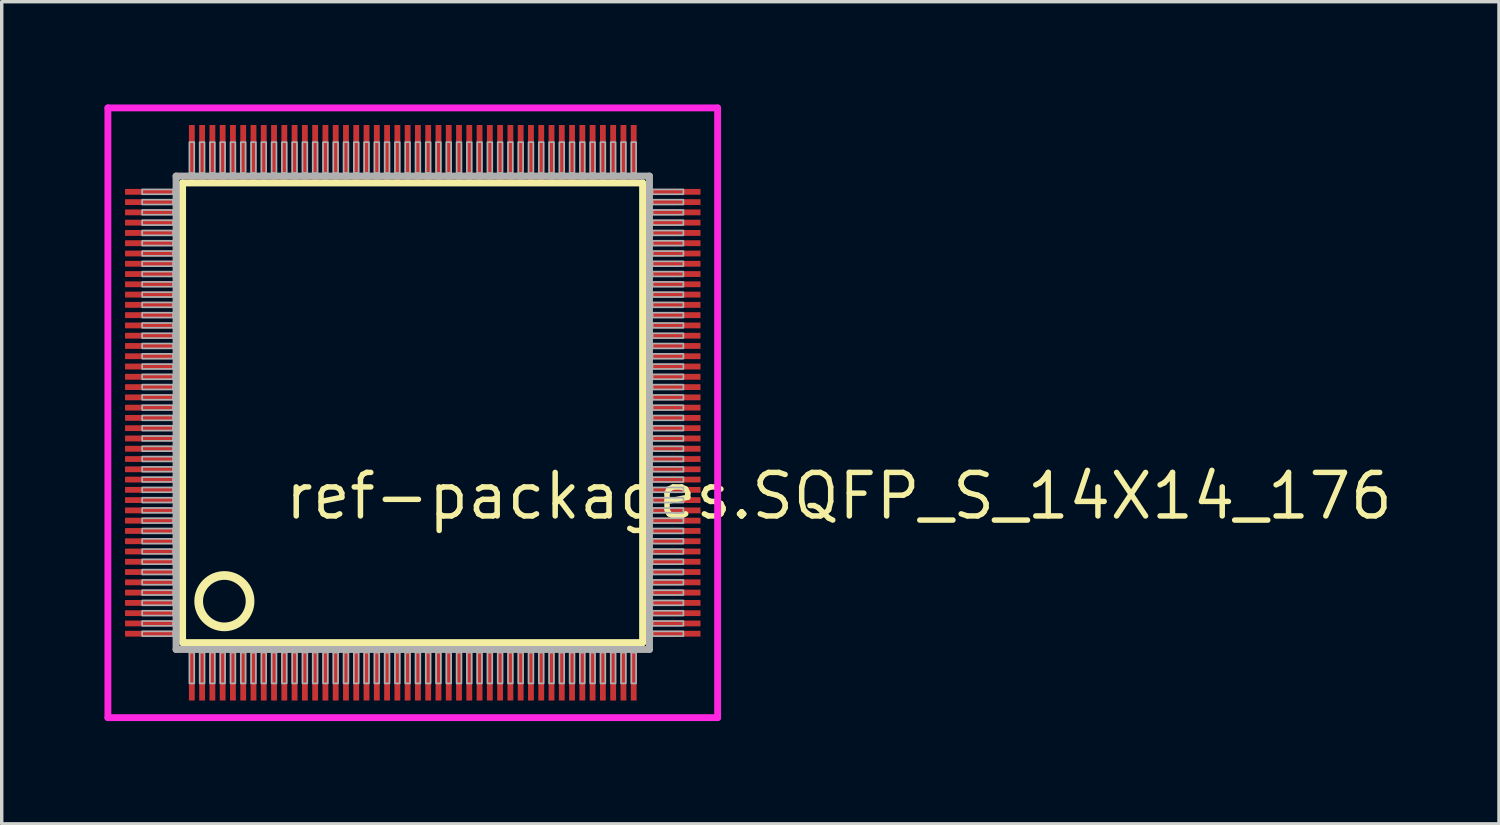
<source format=kicad_pcb>
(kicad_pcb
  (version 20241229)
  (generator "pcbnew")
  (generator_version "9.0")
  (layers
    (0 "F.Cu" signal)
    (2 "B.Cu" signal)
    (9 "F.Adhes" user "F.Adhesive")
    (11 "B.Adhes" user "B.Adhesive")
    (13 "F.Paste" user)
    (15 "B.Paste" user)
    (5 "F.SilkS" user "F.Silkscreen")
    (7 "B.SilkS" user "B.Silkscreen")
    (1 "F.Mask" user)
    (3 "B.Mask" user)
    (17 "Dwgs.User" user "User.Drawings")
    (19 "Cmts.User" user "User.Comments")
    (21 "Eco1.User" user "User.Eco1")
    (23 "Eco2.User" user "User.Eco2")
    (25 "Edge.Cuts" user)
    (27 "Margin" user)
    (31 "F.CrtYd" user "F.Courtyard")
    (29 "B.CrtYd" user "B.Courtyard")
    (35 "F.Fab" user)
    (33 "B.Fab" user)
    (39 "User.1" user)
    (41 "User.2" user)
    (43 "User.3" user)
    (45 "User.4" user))
  (footprint "ref-packages.SQFP_S_14X14_176"
    (layer "F.Cu")
    (at 9 9)
    (property "Reference" "ref-packages.SQFP_S_14X14_176" (at -3.81 3.175 0) (layer "F.SilkS") (effects (font (size 1.27 1.27) (thickness 0.16)) (justify left bottom)))
    (attr smd)
    (fp_line (start -6.72 -6.71) (end 6.71 -6.71) (stroke (width 0.203) (type default)) (layer "F.SilkS"))
    (fp_line (start -6.72 6.71) (end -6.72 -6.71) (stroke (width 0.203) (type default)) (layer "F.SilkS"))
    (fp_line (start 6.71 -6.71) (end 6.71 6.71) (stroke (width 0.203) (type default)) (layer "F.SilkS"))
    (fp_line (start 6.71 6.71) (end -6.72 6.71) (stroke (width 0.203) (type default)) (layer "F.SilkS"))
    (fp_circle (center -5.5 5.5) (end -4.75 5.5) (stroke (width 0.254) (type default)) (fill no) (layer "F.SilkS"))
    (fp_line (start -8.9 -8.9) (end 8.9 -8.9) (stroke (width 0.2) (type default)) (layer "F.CrtYd"))
    (fp_line (start -8.9 8.9) (end -8.9 -8.9) (stroke (width 0.2) (type default)) (layer "F.CrtYd"))
    (fp_line (start 8.9 -8.9) (end 8.9 8.9) (stroke (width 0.2) (type default)) (layer "F.CrtYd"))
    (fp_line (start 8.9 8.9) (end -8.9 8.9) (stroke (width 0.2) (type default)) (layer "F.CrtYd"))
    (fp_line (start -6.91 -6.91) (end -6.91 6.91) (stroke (width 0.203) (type default)) (layer "F.Fab"))
    (fp_line (start -6.91 6.91) (end 6.91 6.91) (stroke (width 0.203) (type default)) (layer "F.Fab"))
    (fp_line (start 6.91 -6.91) (end -6.91 -6.91) (stroke (width 0.203) (type default)) (layer "F.Fab"))
    (fp_line (start 6.91 6.91) (end 6.91 -6.91) (stroke (width 0.203) (type default)) (layer "F.Fab"))
    (fp_rect (start -7.9 -6.38) (end -7 -6.52) (stroke (width 0.05) (type default)) (fill no) (layer "F.Fab"))
    (fp_rect (start -7.9 -6.08) (end -7 -6.22) (stroke (width 0.05) (type default)) (fill no) (layer "F.Fab"))
    (fp_rect (start -7.9 -5.78) (end -7 -5.92) (stroke (width 0.05) (type default)) (fill no) (layer "F.Fab"))
    (fp_rect (start -7.9 -5.48) (end -7 -5.62) (stroke (width 0.05) (type default)) (fill no) (layer "F.Fab"))
    (fp_rect (start -7.9 -5.18) (end -7 -5.32) (stroke (width 0.05) (type default)) (fill no) (layer "F.Fab"))
    (fp_rect (start -7.9 -4.88) (end -7 -5.02) (stroke (width 0.05) (type default)) (fill no) (layer "F.Fab"))
    (fp_rect (start -7.9 -4.58) (end -7 -4.72) (stroke (width 0.05) (type default)) (fill no) (layer "F.Fab"))
    (fp_rect (start -7.9 -4.28) (end -7 -4.42) (stroke (width 0.05) (type default)) (fill no) (layer "F.Fab"))
    (fp_rect (start -7.9 -3.98) (end -7 -4.12) (stroke (width 0.05) (type default)) (fill no) (layer "F.Fab"))
    (fp_rect (start -7.9 -3.68) (end -7 -3.82) (stroke (width 0.05) (type default)) (fill no) (layer "F.Fab"))
    (fp_rect (start -7.9 -3.38) (end -7 -3.52) (stroke (width 0.05) (type default)) (fill no) (layer "F.Fab"))
    (fp_rect (start -7.9 -3.08) (end -7 -3.22) (stroke (width 0.05) (type default)) (fill no) (layer "F.Fab"))
    (fp_rect (start -7.9 -2.78) (end -7 -2.92) (stroke (width 0.05) (type default)) (fill no) (layer "F.Fab"))
    (fp_rect (start -7.9 -2.48) (end -7 -2.62) (stroke (width 0.05) (type default)) (fill no) (layer "F.Fab"))
    (fp_rect (start -7.9 -2.18) (end -7 -2.32) (stroke (width 0.05) (type default)) (fill no) (layer "F.Fab"))
    (fp_rect (start -7.9 -1.88) (end -7 -2.02) (stroke (width 0.05) (type default)) (fill no) (layer "F.Fab"))
    (fp_rect (start -7.9 -1.58) (end -7 -1.72) (stroke (width 0.05) (type default)) (fill no) (layer "F.Fab"))
    (fp_rect (start -7.9 -1.28) (end -7 -1.42) (stroke (width 0.05) (type default)) (fill no) (layer "F.Fab"))
    (fp_rect (start -7.9 -0.98) (end -7 -1.12) (stroke (width 0.05) (type default)) (fill no) (layer "F.Fab"))
    (fp_rect (start -7.9 -0.68) (end -7 -0.82) (stroke (width 0.05) (type default)) (fill no) (layer "F.Fab"))
    (fp_rect (start -7.9 -0.38) (end -7 -0.52) (stroke (width 0.05) (type default)) (fill no) (layer "F.Fab"))
    (fp_rect (start -7.9 -0.08) (end -7 -0.22) (stroke (width 0.05) (type default)) (fill no) (layer "F.Fab"))
    (fp_rect (start -7.9 0.22) (end -7 0.08) (stroke (width 0.05) (type default)) (fill no) (layer "F.Fab"))
    (fp_rect (start -7.9 0.52) (end -7 0.38) (stroke (width 0.05) (type default)) (fill no) (layer "F.Fab"))
    (fp_rect (start -7.9 0.82) (end -7 0.68) (stroke (width 0.05) (type default)) (fill no) (layer "F.Fab"))
    (fp_rect (start -7.9 1.12) (end -7 0.98) (stroke (width 0.05) (type default)) (fill no) (layer "F.Fab"))
    (fp_rect (start -7.9 1.42) (end -7 1.28) (stroke (width 0.05) (type default)) (fill no) (layer "F.Fab"))
    (fp_rect (start -7.9 1.72) (end -7 1.58) (stroke (width 0.05) (type default)) (fill no) (layer "F.Fab"))
    (fp_rect (start -7.9 2.02) (end -7 1.88) (stroke (width 0.05) (type default)) (fill no) (layer "F.Fab"))
    (fp_rect (start -7.9 2.32) (end -7 2.18) (stroke (width 0.05) (type default)) (fill no) (layer "F.Fab"))
    (fp_rect (start -7.9 2.62) (end -7 2.48) (stroke (width 0.05) (type default)) (fill no) (layer "F.Fab"))
    (fp_rect (start -7.9 2.92) (end -7 2.78) (stroke (width 0.05) (type default)) (fill no) (layer "F.Fab"))
    (fp_rect (start -7.9 3.22) (end -7 3.08) (stroke (width 0.05) (type default)) (fill no) (layer "F.Fab"))
    (fp_rect (start -7.9 3.52) (end -7 3.38) (stroke (width 0.05) (type default)) (fill no) (layer "F.Fab"))
    (fp_rect (start -7.9 3.82) (end -7 3.68) (stroke (width 0.05) (type default)) (fill no) (layer "F.Fab"))
    (fp_rect (start -7.9 4.12) (end -7 3.98) (stroke (width 0.05) (type default)) (fill no) (layer "F.Fab"))
    (fp_rect (start -7.9 4.42) (end -7 4.28) (stroke (width 0.05) (type default)) (fill no) (layer "F.Fab"))
    (fp_rect (start -7.9 4.72) (end -7 4.58) (stroke (width 0.05) (type default)) (fill no) (layer "F.Fab"))
    (fp_rect (start -7.9 5.02) (end -7 4.88) (stroke (width 0.05) (type default)) (fill no) (layer "F.Fab"))
    (fp_rect (start -7.9 5.32) (end -7 5.18) (stroke (width 0.05) (type default)) (fill no) (layer "F.Fab"))
    (fp_rect (start -7.9 5.62) (end -7 5.48) (stroke (width 0.05) (type default)) (fill no) (layer "F.Fab"))
    (fp_rect (start -7.9 5.92) (end -7 5.78) (stroke (width 0.05) (type default)) (fill no) (layer "F.Fab"))
    (fp_rect (start -7.9 6.22) (end -7 6.08) (stroke (width 0.05) (type default)) (fill no) (layer "F.Fab"))
    (fp_rect (start -7.9 6.52) (end -7 6.38) (stroke (width 0.05) (type default)) (fill no) (layer "F.Fab"))
    (fp_rect (start -6.52 -7) (end -6.38 -7.9) (stroke (width 0.05) (type default)) (fill no) (layer "F.Fab"))
    (fp_rect (start -6.52 7.9) (end -6.38 7) (stroke (width 0.05) (type default)) (fill no) (layer "F.Fab"))
    (fp_rect (start -6.22 -7) (end -6.08 -7.9) (stroke (width 0.05) (type default)) (fill no) (layer "F.Fab"))
    (fp_rect (start -6.22 7.9) (end -6.08 7) (stroke (width 0.05) (type default)) (fill no) (layer "F.Fab"))
    (fp_rect (start -5.92 -7) (end -5.78 -7.9) (stroke (width 0.05) (type default)) (fill no) (layer "F.Fab"))
    (fp_rect (start -5.92 7.9) (end -5.78 7) (stroke (width 0.05) (type default)) (fill no) (layer "F.Fab"))
    (fp_rect (start -5.62 -7) (end -5.48 -7.9) (stroke (width 0.05) (type default)) (fill no) (layer "F.Fab"))
    (fp_rect (start -5.62 7.9) (end -5.48 7) (stroke (width 0.05) (type default)) (fill no) (layer "F.Fab"))
    (fp_rect (start -5.32 -7) (end -5.18 -7.9) (stroke (width 0.05) (type default)) (fill no) (layer "F.Fab"))
    (fp_rect (start -5.32 7.9) (end -5.18 7) (stroke (width 0.05) (type default)) (fill no) (layer "F.Fab"))
    (fp_rect (start -5.02 -7) (end -4.88 -7.9) (stroke (width 0.05) (type default)) (fill no) (layer "F.Fab"))
    (fp_rect (start -5.02 7.9) (end -4.88 7) (stroke (width 0.05) (type default)) (fill no) (layer "F.Fab"))
    (fp_rect (start -4.72 -7) (end -4.58 -7.9) (stroke (width 0.05) (type default)) (fill no) (layer "F.Fab"))
    (fp_rect (start -4.72 7.9) (end -4.58 7) (stroke (width 0.05) (type default)) (fill no) (layer "F.Fab"))
    (fp_rect (start -4.42 -7) (end -4.28 -7.9) (stroke (width 0.05) (type default)) (fill no) (layer "F.Fab"))
    (fp_rect (start -4.42 7.9) (end -4.28 7) (stroke (width 0.05) (type default)) (fill no) (layer "F.Fab"))
    (fp_rect (start -4.12 -7) (end -3.98 -7.9) (stroke (width 0.05) (type default)) (fill no) (layer "F.Fab"))
    (fp_rect (start -4.12 7.9) (end -3.98 7) (stroke (width 0.05) (type default)) (fill no) (layer "F.Fab"))
    (fp_rect (start -3.82 -7) (end -3.68 -7.9) (stroke (width 0.05) (type default)) (fill no) (layer "F.Fab"))
    (fp_rect (start -3.82 7.9) (end -3.68 7) (stroke (width 0.05) (type default)) (fill no) (layer "F.Fab"))
    (fp_rect (start -3.52 -7) (end -3.38 -7.9) (stroke (width 0.05) (type default)) (fill no) (layer "F.Fab"))
    (fp_rect (start -3.52 7.9) (end -3.38 7) (stroke (width 0.05) (type default)) (fill no) (layer "F.Fab"))
    (fp_rect (start -3.22 -7) (end -3.08 -7.9) (stroke (width 0.05) (type default)) (fill no) (layer "F.Fab"))
    (fp_rect (start -3.22 7.9) (end -3.08 7) (stroke (width 0.05) (type default)) (fill no) (layer "F.Fab"))
    (fp_rect (start -2.92 -7) (end -2.78 -7.9) (stroke (width 0.05) (type default)) (fill no) (layer "F.Fab"))
    (fp_rect (start -2.92 7.9) (end -2.78 7) (stroke (width 0.05) (type default)) (fill no) (layer "F.Fab"))
    (fp_rect (start -2.62 -7) (end -2.48 -7.9) (stroke (width 0.05) (type default)) (fill no) (layer "F.Fab"))
    (fp_rect (start -2.62 7.9) (end -2.48 7) (stroke (width 0.05) (type default)) (fill no) (layer "F.Fab"))
    (fp_rect (start -2.32 -7) (end -2.18 -7.9) (stroke (width 0.05) (type default)) (fill no) (layer "F.Fab"))
    (fp_rect (start -2.32 7.9) (end -2.18 7) (stroke (width 0.05) (type default)) (fill no) (layer "F.Fab"))
    (fp_rect (start -2.02 -7) (end -1.88 -7.9) (stroke (width 0.05) (type default)) (fill no) (layer "F.Fab"))
    (fp_rect (start -2.02 7.9) (end -1.88 7) (stroke (width 0.05) (type default)) (fill no) (layer "F.Fab"))
    (fp_rect (start -1.72 -7) (end -1.58 -7.9) (stroke (width 0.05) (type default)) (fill no) (layer "F.Fab"))
    (fp_rect (start -1.72 7.9) (end -1.58 7) (stroke (width 0.05) (type default)) (fill no) (layer "F.Fab"))
    (fp_rect (start -1.42 -7) (end -1.28 -7.9) (stroke (width 0.05) (type default)) (fill no) (layer "F.Fab"))
    (fp_rect (start -1.42 7.9) (end -1.28 7) (stroke (width 0.05) (type default)) (fill no) (layer "F.Fab"))
    (fp_rect (start -1.12 -7) (end -0.98 -7.9) (stroke (width 0.05) (type default)) (fill no) (layer "F.Fab"))
    (fp_rect (start -1.12 7.9) (end -0.98 7) (stroke (width 0.05) (type default)) (fill no) (layer "F.Fab"))
    (fp_rect (start -0.82 -7) (end -0.68 -7.9) (stroke (width 0.05) (type default)) (fill no) (layer "F.Fab"))
    (fp_rect (start -0.82 7.9) (end -0.68 7) (stroke (width 0.05) (type default)) (fill no) (layer "F.Fab"))
    (fp_rect (start -0.52 -7) (end -0.38 -7.9) (stroke (width 0.05) (type default)) (fill no) (layer "F.Fab"))
    (fp_rect (start -0.52 7.9) (end -0.38 7) (stroke (width 0.05) (type default)) (fill no) (layer "F.Fab"))
    (fp_rect (start -0.22 -7) (end -0.08 -7.9) (stroke (width 0.05) (type default)) (fill no) (layer "F.Fab"))
    (fp_rect (start -0.22 7.9) (end -0.08 7) (stroke (width 0.05) (type default)) (fill no) (layer "F.Fab"))
    (fp_rect (start 0.08 -7) (end 0.22 -7.9) (stroke (width 0.05) (type default)) (fill no) (layer "F.Fab"))
    (fp_rect (start 0.08 7.9) (end 0.22 7) (stroke (width 0.05) (type default)) (fill no) (layer "F.Fab"))
    (fp_rect (start 0.38 -7) (end 0.52 -7.9) (stroke (width 0.05) (type default)) (fill no) (layer "F.Fab"))
    (fp_rect (start 0.38 7.9) (end 0.52 7) (stroke (width 0.05) (type default)) (fill no) (layer "F.Fab"))
    (fp_rect (start 0.68 -7) (end 0.82 -7.9) (stroke (width 0.05) (type default)) (fill no) (layer "F.Fab"))
    (fp_rect (start 0.68 7.9) (end 0.82 7) (stroke (width 0.05) (type default)) (fill no) (layer "F.Fab"))
    (fp_rect (start 0.98 -7) (end 1.12 -7.9) (stroke (width 0.05) (type default)) (fill no) (layer "F.Fab"))
    (fp_rect (start 0.98 7.9) (end 1.12 7) (stroke (width 0.05) (type default)) (fill no) (layer "F.Fab"))
    (fp_rect (start 1.28 -7) (end 1.42 -7.9) (stroke (width 0.05) (type default)) (fill no) (layer "F.Fab"))
    (fp_rect (start 1.28 7.9) (end 1.42 7) (stroke (width 0.05) (type default)) (fill no) (layer "F.Fab"))
    (fp_rect (start 1.58 -7) (end 1.72 -7.9) (stroke (width 0.05) (type default)) (fill no) (layer "F.Fab"))
    (fp_rect (start 1.58 7.9) (end 1.72 7) (stroke (width 0.05) (type default)) (fill no) (layer "F.Fab"))
    (fp_rect (start 1.88 -7) (end 2.02 -7.9) (stroke (width 0.05) (type default)) (fill no) (layer "F.Fab"))
    (fp_rect (start 1.88 7.9) (end 2.02 7) (stroke (width 0.05) (type default)) (fill no) (layer "F.Fab"))
    (fp_rect (start 2.18 -7) (end 2.32 -7.9) (stroke (width 0.05) (type default)) (fill no) (layer "F.Fab"))
    (fp_rect (start 2.18 7.9) (end 2.32 7) (stroke (width 0.05) (type default)) (fill no) (layer "F.Fab"))
    (fp_rect (start 2.48 -7) (end 2.62 -7.9) (stroke (width 0.05) (type default)) (fill no) (layer "F.Fab"))
    (fp_rect (start 2.48 7.9) (end 2.62 7) (stroke (width 0.05) (type default)) (fill no) (layer "F.Fab"))
    (fp_rect (start 2.78 -7) (end 2.92 -7.9) (stroke (width 0.05) (type default)) (fill no) (layer "F.Fab"))
    (fp_rect (start 2.78 7.9) (end 2.92 7) (stroke (width 0.05) (type default)) (fill no) (layer "F.Fab"))
    (fp_rect (start 3.08 -7) (end 3.22 -7.9) (stroke (width 0.05) (type default)) (fill no) (layer "F.Fab"))
    (fp_rect (start 3.08 7.9) (end 3.22 7) (stroke (width 0.05) (type default)) (fill no) (layer "F.Fab"))
    (fp_rect (start 3.38 -7) (end 3.52 -7.9) (stroke (width 0.05) (type default)) (fill no) (layer "F.Fab"))
    (fp_rect (start 3.38 7.9) (end 3.52 7) (stroke (width 0.05) (type default)) (fill no) (layer "F.Fab"))
    (fp_rect (start 3.68 -7) (end 3.82 -7.9) (stroke (width 0.05) (type default)) (fill no) (layer "F.Fab"))
    (fp_rect (start 3.68 7.9) (end 3.82 7) (stroke (width 0.05) (type default)) (fill no) (layer "F.Fab"))
    (fp_rect (start 3.98 -7) (end 4.12 -7.9) (stroke (width 0.05) (type default)) (fill no) (layer "F.Fab"))
    (fp_rect (start 3.98 7.9) (end 4.12 7) (stroke (width 0.05) (type default)) (fill no) (layer "F.Fab"))
    (fp_rect (start 4.28 -7) (end 4.42 -7.9) (stroke (width 0.05) (type default)) (fill no) (layer "F.Fab"))
    (fp_rect (start 4.28 7.9) (end 4.42 7) (stroke (width 0.05) (type default)) (fill no) (layer "F.Fab"))
    (fp_rect (start 4.58 -7) (end 4.72 -7.9) (stroke (width 0.05) (type default)) (fill no) (layer "F.Fab"))
    (fp_rect (start 4.58 7.9) (end 4.72 7) (stroke (width 0.05) (type default)) (fill no) (layer "F.Fab"))
    (fp_rect (start 4.88 -7) (end 5.02 -7.9) (stroke (width 0.05) (type default)) (fill no) (layer "F.Fab"))
    (fp_rect (start 4.88 7.9) (end 5.02 7) (stroke (width 0.05) (type default)) (fill no) (layer "F.Fab"))
    (fp_rect (start 5.18 -7) (end 5.32 -7.9) (stroke (width 0.05) (type default)) (fill no) (layer "F.Fab"))
    (fp_rect (start 5.18 7.9) (end 5.32 7) (stroke (width 0.05) (type default)) (fill no) (layer "F.Fab"))
    (fp_rect (start 5.48 -7) (end 5.62 -7.9) (stroke (width 0.05) (type default)) (fill no) (layer "F.Fab"))
    (fp_rect (start 5.48 7.9) (end 5.62 7) (stroke (width 0.05) (type default)) (fill no) (layer "F.Fab"))
    (fp_rect (start 5.78 -7) (end 5.92 -7.9) (stroke (width 0.05) (type default)) (fill no) (layer "F.Fab"))
    (fp_rect (start 5.78 7.9) (end 5.92 7) (stroke (width 0.05) (type default)) (fill no) (layer "F.Fab"))
    (fp_rect (start 6.08 -7) (end 6.22 -7.9) (stroke (width 0.05) (type default)) (fill no) (layer "F.Fab"))
    (fp_rect (start 6.08 7.9) (end 6.22 7) (stroke (width 0.05) (type default)) (fill no) (layer "F.Fab"))
    (fp_rect (start 6.38 -7) (end 6.52 -7.9) (stroke (width 0.05) (type default)) (fill no) (layer "F.Fab"))
    (fp_rect (start 6.38 7.9) (end 6.52 7) (stroke (width 0.05) (type default)) (fill no) (layer "F.Fab"))
    (fp_rect (start 7 -6.38) (end 7.9 -6.52) (stroke (width 0.05) (type default)) (fill no) (layer "F.Fab"))
    (fp_rect (start 7 -6.08) (end 7.9 -6.22) (stroke (width 0.05) (type default)) (fill no) (layer "F.Fab"))
    (fp_rect (start 7 -5.78) (end 7.9 -5.92) (stroke (width 0.05) (type default)) (fill no) (layer "F.Fab"))
    (fp_rect (start 7 -5.48) (end 7.9 -5.62) (stroke (width 0.05) (type default)) (fill no) (layer "F.Fab"))
    (fp_rect (start 7 -5.18) (end 7.9 -5.32) (stroke (width 0.05) (type default)) (fill no) (layer "F.Fab"))
    (fp_rect (start 7 -4.88) (end 7.9 -5.02) (stroke (width 0.05) (type default)) (fill no) (layer "F.Fab"))
    (fp_rect (start 7 -4.58) (end 7.9 -4.72) (stroke (width 0.05) (type default)) (fill no) (layer "F.Fab"))
    (fp_rect (start 7 -4.28) (end 7.9 -4.42) (stroke (width 0.05) (type default)) (fill no) (layer "F.Fab"))
    (fp_rect (start 7 -3.98) (end 7.9 -4.12) (stroke (width 0.05) (type default)) (fill no) (layer "F.Fab"))
    (fp_rect (start 7 -3.68) (end 7.9 -3.82) (stroke (width 0.05) (type default)) (fill no) (layer "F.Fab"))
    (fp_rect (start 7 -3.38) (end 7.9 -3.52) (stroke (width 0.05) (type default)) (fill no) (layer "F.Fab"))
    (fp_rect (start 7 -3.08) (end 7.9 -3.22) (stroke (width 0.05) (type default)) (fill no) (layer "F.Fab"))
    (fp_rect (start 7 -2.78) (end 7.9 -2.92) (stroke (width 0.05) (type default)) (fill no) (layer "F.Fab"))
    (fp_rect (start 7 -2.48) (end 7.9 -2.62) (stroke (width 0.05) (type default)) (fill no) (layer "F.Fab"))
    (fp_rect (start 7 -2.18) (end 7.9 -2.32) (stroke (width 0.05) (type default)) (fill no) (layer "F.Fab"))
    (fp_rect (start 7 -1.88) (end 7.9 -2.02) (stroke (width 0.05) (type default)) (fill no) (layer "F.Fab"))
    (fp_rect (start 7 -1.58) (end 7.9 -1.72) (stroke (width 0.05) (type default)) (fill no) (layer "F.Fab"))
    (fp_rect (start 7 -1.28) (end 7.9 -1.42) (stroke (width 0.05) (type default)) (fill no) (layer "F.Fab"))
    (fp_rect (start 7 -0.98) (end 7.9 -1.12) (stroke (width 0.05) (type default)) (fill no) (layer "F.Fab"))
    (fp_rect (start 7 -0.68) (end 7.9 -0.82) (stroke (width 0.05) (type default)) (fill no) (layer "F.Fab"))
    (fp_rect (start 7 -0.38) (end 7.9 -0.52) (stroke (width 0.05) (type default)) (fill no) (layer "F.Fab"))
    (fp_rect (start 7 -0.08) (end 7.9 -0.22) (stroke (width 0.05) (type default)) (fill no) (layer "F.Fab"))
    (fp_rect (start 7 0.22) (end 7.9 0.08) (stroke (width 0.05) (type default)) (fill no) (layer "F.Fab"))
    (fp_rect (start 7 0.52) (end 7.9 0.38) (stroke (width 0.05) (type default)) (fill no) (layer "F.Fab"))
    (fp_rect (start 7 0.82) (end 7.9 0.68) (stroke (width 0.05) (type default)) (fill no) (layer "F.Fab"))
    (fp_rect (start 7 1.12) (end 7.9 0.98) (stroke (width 0.05) (type default)) (fill no) (layer "F.Fab"))
    (fp_rect (start 7 1.42) (end 7.9 1.28) (stroke (width 0.05) (type default)) (fill no) (layer "F.Fab"))
    (fp_rect (start 7 1.72) (end 7.9 1.58) (stroke (width 0.05) (type default)) (fill no) (layer "F.Fab"))
    (fp_rect (start 7 2.02) (end 7.9 1.88) (stroke (width 0.05) (type default)) (fill no) (layer "F.Fab"))
    (fp_rect (start 7 2.32) (end 7.9 2.18) (stroke (width 0.05) (type default)) (fill no) (layer "F.Fab"))
    (fp_rect (start 7 2.62) (end 7.9 2.48) (stroke (width 0.05) (type default)) (fill no) (layer "F.Fab"))
    (fp_rect (start 7 2.92) (end 7.9 2.78) (stroke (width 0.05) (type default)) (fill no) (layer "F.Fab"))
    (fp_rect (start 7 3.22) (end 7.9 3.08) (stroke (width 0.05) (type default)) (fill no) (layer "F.Fab"))
    (fp_rect (start 7 3.52) (end 7.9 3.38) (stroke (width 0.05) (type default)) (fill no) (layer "F.Fab"))
    (fp_rect (start 7 3.82) (end 7.9 3.68) (stroke (width 0.05) (type default)) (fill no) (layer "F.Fab"))
    (fp_rect (start 7 4.12) (end 7.9 3.98) (stroke (width 0.05) (type default)) (fill no) (layer "F.Fab"))
    (fp_rect (start 7 4.42) (end 7.9 4.28) (stroke (width 0.05) (type default)) (fill no) (layer "F.Fab"))
    (fp_rect (start 7 4.72) (end 7.9 4.58) (stroke (width 0.05) (type default)) (fill no) (layer "F.Fab"))
    (fp_rect (start 7 5.02) (end 7.9 4.88) (stroke (width 0.05) (type default)) (fill no) (layer "F.Fab"))
    (fp_rect (start 7 5.32) (end 7.9 5.18) (stroke (width 0.05) (type default)) (fill no) (layer "F.Fab"))
    (fp_rect (start 7 5.62) (end 7.9 5.48) (stroke (width 0.05) (type default)) (fill no) (layer "F.Fab"))
    (fp_rect (start 7 5.92) (end 7.9 5.78) (stroke (width 0.05) (type default)) (fill no) (layer "F.Fab"))
    (fp_rect (start 7 6.22) (end 7.9 6.08) (stroke (width 0.05) (type default)) (fill no) (layer "F.Fab"))
    (fp_rect (start 7 6.52) (end 7.9 6.38) (stroke (width 0.05) (type default)) (fill no) (layer "F.Fab"))
    (pad "1" smd roundrect (at -6.45 7.6) (size 0.17 1.6) (layers "F.Cu" "F.Mask" "F.Paste") (roundrect_rratio 0.01))
    (pad "2" smd roundrect (at -6.15 7.6) (size 0.17 1.6) (layers "F.Cu" "F.Mask" "F.Paste") (roundrect_rratio 0.01))
    (pad "3" smd roundrect (at -5.85 7.6) (size 0.17 1.6) (layers "F.Cu" "F.Mask" "F.Paste") (roundrect_rratio 0.01))
    (pad "4" smd roundrect (at -5.55 7.6) (size 0.17 1.6) (layers "F.Cu" "F.Mask" "F.Paste") (roundrect_rratio 0.01))
    (pad "5" smd roundrect (at -5.25 7.6) (size 0.17 1.6) (layers "F.Cu" "F.Mask" "F.Paste") (roundrect_rratio 0.01))
    (pad "6" smd roundrect (at -4.95 7.6) (size 0.17 1.6) (layers "F.Cu" "F.Mask" "F.Paste") (roundrect_rratio 0.01))
    (pad "7" smd roundrect (at -4.65 7.6) (size 0.17 1.6) (layers "F.Cu" "F.Mask" "F.Paste") (roundrect_rratio 0.01))
    (pad "8" smd roundrect (at -4.35 7.6) (size 0.17 1.6) (layers "F.Cu" "F.Mask" "F.Paste") (roundrect_rratio 0.01))
    (pad "9" smd roundrect (at -4.05 7.6) (size 0.17 1.6) (layers "F.Cu" "F.Mask" "F.Paste") (roundrect_rratio 0.01))
    (pad "10" smd roundrect (at -3.75 7.6) (size 0.17 1.6) (layers "F.Cu" "F.Mask" "F.Paste") (roundrect_rratio 0.01))
    (pad "11" smd roundrect (at -3.45 7.6) (size 0.17 1.6) (layers "F.Cu" "F.Mask" "F.Paste") (roundrect_rratio 0.01))
    (pad "12" smd roundrect (at -3.15 7.6) (size 0.17 1.6) (layers "F.Cu" "F.Mask" "F.Paste") (roundrect_rratio 0.01))
    (pad "13" smd roundrect (at -2.85 7.6) (size 0.17 1.6) (layers "F.Cu" "F.Mask" "F.Paste") (roundrect_rratio 0.01))
    (pad "14" smd roundrect (at -2.55 7.6) (size 0.17 1.6) (layers "F.Cu" "F.Mask" "F.Paste") (roundrect_rratio 0.01))
    (pad "15" smd roundrect (at -2.25 7.6) (size 0.17 1.6) (layers "F.Cu" "F.Mask" "F.Paste") (roundrect_rratio 0.01))
    (pad "16" smd roundrect (at -1.95 7.6) (size 0.17 1.6) (layers "F.Cu" "F.Mask" "F.Paste") (roundrect_rratio 0.01))
    (pad "17" smd roundrect (at -1.65 7.6) (size 0.17 1.6) (layers "F.Cu" "F.Mask" "F.Paste") (roundrect_rratio 0.01))
    (pad "18" smd roundrect (at -1.35 7.6) (size 0.17 1.6) (layers "F.Cu" "F.Mask" "F.Paste") (roundrect_rratio 0.01))
    (pad "19" smd roundrect (at -1.05 7.6) (size 0.17 1.6) (layers "F.Cu" "F.Mask" "F.Paste") (roundrect_rratio 0.01))
    (pad "20" smd roundrect (at -0.75 7.6) (size 0.17 1.6) (layers "F.Cu" "F.Mask" "F.Paste") (roundrect_rratio 0.01))
    (pad "21" smd roundrect (at -0.45 7.6) (size 0.17 1.6) (layers "F.Cu" "F.Mask" "F.Paste") (roundrect_rratio 0.01))
    (pad "22" smd roundrect (at -0.15 7.6) (size 0.17 1.6) (layers "F.Cu" "F.Mask" "F.Paste") (roundrect_rratio 0.01))
    (pad "23" smd roundrect (at 0.15 7.6) (size 0.17 1.6) (layers "F.Cu" "F.Mask" "F.Paste") (roundrect_rratio 0.01))
    (pad "24" smd roundrect (at 0.45 7.6) (size 0.17 1.6) (layers "F.Cu" "F.Mask" "F.Paste") (roundrect_rratio 0.01))
    (pad "25" smd roundrect (at 0.75 7.6) (size 0.17 1.6) (layers "F.Cu" "F.Mask" "F.Paste") (roundrect_rratio 0.01))
    (pad "26" smd roundrect (at 1.05 7.6) (size 0.17 1.6) (layers "F.Cu" "F.Mask" "F.Paste") (roundrect_rratio 0.01))
    (pad "27" smd roundrect (at 1.35 7.6) (size 0.17 1.6) (layers "F.Cu" "F.Mask" "F.Paste") (roundrect_rratio 0.01))
    (pad "28" smd roundrect (at 1.65 7.6) (size 0.17 1.6) (layers "F.Cu" "F.Mask" "F.Paste") (roundrect_rratio 0.01))
    (pad "29" smd roundrect (at 1.95 7.6) (size 0.17 1.6) (layers "F.Cu" "F.Mask" "F.Paste") (roundrect_rratio 0.01))
    (pad "30" smd roundrect (at 2.25 7.6) (size 0.17 1.6) (layers "F.Cu" "F.Mask" "F.Paste") (roundrect_rratio 0.01))
    (pad "31" smd roundrect (at 2.55 7.6) (size 0.17 1.6) (layers "F.Cu" "F.Mask" "F.Paste") (roundrect_rratio 0.01))
    (pad "32" smd roundrect (at 2.85 7.6) (size 0.17 1.6) (layers "F.Cu" "F.Mask" "F.Paste") (roundrect_rratio 0.01))
    (pad "33" smd roundrect (at 3.15 7.6) (size 0.17 1.6) (layers "F.Cu" "F.Mask" "F.Paste") (roundrect_rratio 0.01))
    (pad "34" smd roundrect (at 3.45 7.6) (size 0.17 1.6) (layers "F.Cu" "F.Mask" "F.Paste") (roundrect_rratio 0.01))
    (pad "35" smd roundrect (at 3.75 7.6) (size 0.17 1.6) (layers "F.Cu" "F.Mask" "F.Paste") (roundrect_rratio 0.01))
    (pad "36" smd roundrect (at 4.05 7.6) (size 0.17 1.6) (layers "F.Cu" "F.Mask" "F.Paste") (roundrect_rratio 0.01))
    (pad "37" smd roundrect (at 4.35 7.6) (size 0.17 1.6) (layers "F.Cu" "F.Mask" "F.Paste") (roundrect_rratio 0.01))
    (pad "38" smd roundrect (at 4.65 7.6) (size 0.17 1.6) (layers "F.Cu" "F.Mask" "F.Paste") (roundrect_rratio 0.01))
    (pad "39" smd roundrect (at 4.95 7.6) (size 0.17 1.6) (layers "F.Cu" "F.Mask" "F.Paste") (roundrect_rratio 0.01))
    (pad "40" smd roundrect (at 5.25 7.6) (size 0.17 1.6) (layers "F.Cu" "F.Mask" "F.Paste") (roundrect_rratio 0.01))
    (pad "41" smd roundrect (at 5.55 7.6) (size 0.17 1.6) (layers "F.Cu" "F.Mask" "F.Paste") (roundrect_rratio 0.01))
    (pad "42" smd roundrect (at 5.85 7.6) (size 0.17 1.6) (layers "F.Cu" "F.Mask" "F.Paste") (roundrect_rratio 0.01))
    (pad "43" smd roundrect (at 6.15 7.6) (size 0.17 1.6) (layers "F.Cu" "F.Mask" "F.Paste") (roundrect_rratio 0.01))
    (pad "44" smd roundrect (at 6.45 7.6) (size 0.17 1.6) (layers "F.Cu" "F.Mask" "F.Paste") (roundrect_rratio 0.01))
    (pad "45" smd roundrect (at 7.6 6.45) (size 1.6 0.17) (layers "F.Cu" "F.Mask" "F.Paste") (roundrect_rratio 0.01))
    (pad "46" smd roundrect (at 7.6 6.15) (size 1.6 0.17) (layers "F.Cu" "F.Mask" "F.Paste") (roundrect_rratio 0.01))
    (pad "47" smd roundrect (at 7.6 5.85) (size 1.6 0.17) (layers "F.Cu" "F.Mask" "F.Paste") (roundrect_rratio 0.01))
    (pad "48" smd roundrect (at 7.6 5.55) (size 1.6 0.17) (layers "F.Cu" "F.Mask" "F.Paste") (roundrect_rratio 0.01))
    (pad "49" smd roundrect (at 7.6 5.25) (size 1.6 0.17) (layers "F.Cu" "F.Mask" "F.Paste") (roundrect_rratio 0.01))
    (pad "50" smd roundrect (at 7.6 4.95) (size 1.6 0.17) (layers "F.Cu" "F.Mask" "F.Paste") (roundrect_rratio 0.01))
    (pad "51" smd roundrect (at 7.6 4.65) (size 1.6 0.17) (layers "F.Cu" "F.Mask" "F.Paste") (roundrect_rratio 0.01))
    (pad "52" smd roundrect (at 7.6 4.35) (size 1.6 0.17) (layers "F.Cu" "F.Mask" "F.Paste") (roundrect_rratio 0.01))
    (pad "53" smd roundrect (at 7.6 4.05) (size 1.6 0.17) (layers "F.Cu" "F.Mask" "F.Paste") (roundrect_rratio 0.01))
    (pad "54" smd roundrect (at 7.6 3.75) (size 1.6 0.17) (layers "F.Cu" "F.Mask" "F.Paste") (roundrect_rratio 0.01))
    (pad "55" smd roundrect (at 7.6 3.45) (size 1.6 0.17) (layers "F.Cu" "F.Mask" "F.Paste") (roundrect_rratio 0.01))
    (pad "56" smd roundrect (at 7.6 3.15) (size 1.6 0.17) (layers "F.Cu" "F.Mask" "F.Paste") (roundrect_rratio 0.01))
    (pad "57" smd roundrect (at 7.6 2.85) (size 1.6 0.17) (layers "F.Cu" "F.Mask" "F.Paste") (roundrect_rratio 0.01))
    (pad "58" smd roundrect (at 7.6 2.55) (size 1.6 0.17) (layers "F.Cu" "F.Mask" "F.Paste") (roundrect_rratio 0.01))
    (pad "59" smd roundrect (at 7.6 2.25) (size 1.6 0.17) (layers "F.Cu" "F.Mask" "F.Paste") (roundrect_rratio 0.01))
    (pad "60" smd roundrect (at 7.6 1.95) (size 1.6 0.17) (layers "F.Cu" "F.Mask" "F.Paste") (roundrect_rratio 0.01))
    (pad "61" smd roundrect (at 7.6 1.65) (size 1.6 0.17) (layers "F.Cu" "F.Mask" "F.Paste") (roundrect_rratio 0.01))
    (pad "62" smd roundrect (at 7.6 1.35) (size 1.6 0.17) (layers "F.Cu" "F.Mask" "F.Paste") (roundrect_rratio 0.01))
    (pad "63" smd roundrect (at 7.6 1.05) (size 1.6 0.17) (layers "F.Cu" "F.Mask" "F.Paste") (roundrect_rratio 0.01))
    (pad "64" smd roundrect (at 7.6 0.75) (size 1.6 0.17) (layers "F.Cu" "F.Mask" "F.Paste") (roundrect_rratio 0.01))
    (pad "65" smd roundrect (at 7.6 0.45) (size 1.6 0.17) (layers "F.Cu" "F.Mask" "F.Paste") (roundrect_rratio 0.01))
    (pad "66" smd roundrect (at 7.6 0.15) (size 1.6 0.17) (layers "F.Cu" "F.Mask" "F.Paste") (roundrect_rratio 0.01))
    (pad "67" smd roundrect (at 7.6 -0.15) (size 1.6 0.17) (layers "F.Cu" "F.Mask" "F.Paste") (roundrect_rratio 0.01))
    (pad "68" smd roundrect (at 7.6 -0.45) (size 1.6 0.17) (layers "F.Cu" "F.Mask" "F.Paste") (roundrect_rratio 0.01))
    (pad "69" smd roundrect (at 7.6 -0.75) (size 1.6 0.17) (layers "F.Cu" "F.Mask" "F.Paste") (roundrect_rratio 0.01))
    (pad "70" smd roundrect (at 7.6 -1.05) (size 1.6 0.17) (layers "F.Cu" "F.Mask" "F.Paste") (roundrect_rratio 0.01))
    (pad "71" smd roundrect (at 7.6 -1.35) (size 1.6 0.17) (layers "F.Cu" "F.Mask" "F.Paste") (roundrect_rratio 0.01))
    (pad "72" smd roundrect (at 7.6 -1.65) (size 1.6 0.17) (layers "F.Cu" "F.Mask" "F.Paste") (roundrect_rratio 0.01))
    (pad "73" smd roundrect (at 7.6 -1.95) (size 1.6 0.17) (layers "F.Cu" "F.Mask" "F.Paste") (roundrect_rratio 0.01))
    (pad "74" smd roundrect (at 7.6 -2.25) (size 1.6 0.17) (layers "F.Cu" "F.Mask" "F.Paste") (roundrect_rratio 0.01))
    (pad "75" smd roundrect (at 7.6 -2.55) (size 1.6 0.17) (layers "F.Cu" "F.Mask" "F.Paste") (roundrect_rratio 0.01))
    (pad "76" smd roundrect (at 7.6 -2.85) (size 1.6 0.17) (layers "F.Cu" "F.Mask" "F.Paste") (roundrect_rratio 0.01))
    (pad "77" smd roundrect (at 7.6 -3.15) (size 1.6 0.17) (layers "F.Cu" "F.Mask" "F.Paste") (roundrect_rratio 0.01))
    (pad "78" smd roundrect (at 7.6 -3.45) (size 1.6 0.17) (layers "F.Cu" "F.Mask" "F.Paste") (roundrect_rratio 0.01))
    (pad "79" smd roundrect (at 7.6 -3.75) (size 1.6 0.17) (layers "F.Cu" "F.Mask" "F.Paste") (roundrect_rratio 0.01))
    (pad "80" smd roundrect (at 7.6 -4.05) (size 1.6 0.17) (layers "F.Cu" "F.Mask" "F.Paste") (roundrect_rratio 0.01))
    (pad "81" smd roundrect (at 7.6 -4.35) (size 1.6 0.17) (layers "F.Cu" "F.Mask" "F.Paste") (roundrect_rratio 0.01))
    (pad "82" smd roundrect (at 7.6 -4.65) (size 1.6 0.17) (layers "F.Cu" "F.Mask" "F.Paste") (roundrect_rratio 0.01))
    (pad "83" smd roundrect (at 7.6 -4.95) (size 1.6 0.17) (layers "F.Cu" "F.Mask" "F.Paste") (roundrect_rratio 0.01))
    (pad "84" smd roundrect (at 7.6 -5.25) (size 1.6 0.17) (layers "F.Cu" "F.Mask" "F.Paste") (roundrect_rratio 0.01))
    (pad "85" smd roundrect (at 7.6 -5.55) (size 1.6 0.17) (layers "F.Cu" "F.Mask" "F.Paste") (roundrect_rratio 0.01))
    (pad "86" smd roundrect (at 7.6 -5.85) (size 1.6 0.17) (layers "F.Cu" "F.Mask" "F.Paste") (roundrect_rratio 0.01))
    (pad "87" smd roundrect (at 7.6 -6.15) (size 1.6 0.17) (layers "F.Cu" "F.Mask" "F.Paste") (roundrect_rratio 0.01))
    (pad "88" smd roundrect (at 7.6 -6.45) (size 1.6 0.17) (layers "F.Cu" "F.Mask" "F.Paste") (roundrect_rratio 0.01))
    (pad "89" smd roundrect (at 6.45 -7.6) (size 0.17 1.6) (layers "F.Cu" "F.Mask" "F.Paste") (roundrect_rratio 0.01))
    (pad "90" smd roundrect (at 6.15 -7.6) (size 0.17 1.6) (layers "F.Cu" "F.Mask" "F.Paste") (roundrect_rratio 0.01))
    (pad "91" smd roundrect (at 5.85 -7.6) (size 0.17 1.6) (layers "F.Cu" "F.Mask" "F.Paste") (roundrect_rratio 0.01))
    (pad "92" smd roundrect (at 5.55 -7.6) (size 0.17 1.6) (layers "F.Cu" "F.Mask" "F.Paste") (roundrect_rratio 0.01))
    (pad "93" smd roundrect (at 5.25 -7.6) (size 0.17 1.6) (layers "F.Cu" "F.Mask" "F.Paste") (roundrect_rratio 0.01))
    (pad "94" smd roundrect (at 4.95 -7.6) (size 0.17 1.6) (layers "F.Cu" "F.Mask" "F.Paste") (roundrect_rratio 0.01))
    (pad "95" smd roundrect (at 4.65 -7.6) (size 0.17 1.6) (layers "F.Cu" "F.Mask" "F.Paste") (roundrect_rratio 0.01))
    (pad "96" smd roundrect (at 4.35 -7.6) (size 0.17 1.6) (layers "F.Cu" "F.Mask" "F.Paste") (roundrect_rratio 0.01))
    (pad "97" smd roundrect (at 4.05 -7.6) (size 0.17 1.6) (layers "F.Cu" "F.Mask" "F.Paste") (roundrect_rratio 0.01))
    (pad "98" smd roundrect (at 3.75 -7.6) (size 0.17 1.6) (layers "F.Cu" "F.Mask" "F.Paste") (roundrect_rratio 0.01))
    (pad "99" smd roundrect (at 3.45 -7.6) (size 0.17 1.6) (layers "F.Cu" "F.Mask" "F.Paste") (roundrect_rratio 0.01))
    (pad "100" smd roundrect (at 3.15 -7.6) (size 0.17 1.6) (layers "F.Cu" "F.Mask" "F.Paste") (roundrect_rratio 0.01))
    (pad "101" smd roundrect (at 2.85 -7.6) (size 0.17 1.6) (layers "F.Cu" "F.Mask" "F.Paste") (roundrect_rratio 0.01))
    (pad "102" smd roundrect (at 2.55 -7.6) (size 0.17 1.6) (layers "F.Cu" "F.Mask" "F.Paste") (roundrect_rratio 0.01))
    (pad "103" smd roundrect (at 2.25 -7.6) (size 0.17 1.6) (layers "F.Cu" "F.Mask" "F.Paste") (roundrect_rratio 0.01))
    (pad "104" smd roundrect (at 1.95 -7.6) (size 0.17 1.6) (layers "F.Cu" "F.Mask" "F.Paste") (roundrect_rratio 0.01))
    (pad "105" smd roundrect (at 1.65 -7.6) (size 0.17 1.6) (layers "F.Cu" "F.Mask" "F.Paste") (roundrect_rratio 0.01))
    (pad "106" smd roundrect (at 1.35 -7.6) (size 0.17 1.6) (layers "F.Cu" "F.Mask" "F.Paste") (roundrect_rratio 0.01))
    (pad "107" smd roundrect (at 1.05 -7.6) (size 0.17 1.6) (layers "F.Cu" "F.Mask" "F.Paste") (roundrect_rratio 0.01))
    (pad "108" smd roundrect (at 0.75 -7.6) (size 0.17 1.6) (layers "F.Cu" "F.Mask" "F.Paste") (roundrect_rratio 0.01))
    (pad "109" smd roundrect (at 0.45 -7.6) (size 0.17 1.6) (layers "F.Cu" "F.Mask" "F.Paste") (roundrect_rratio 0.01))
    (pad "110" smd roundrect (at 0.15 -7.6) (size 0.17 1.6) (layers "F.Cu" "F.Mask" "F.Paste") (roundrect_rratio 0.01))
    (pad "111" smd roundrect (at -0.15 -7.6) (size 0.17 1.6) (layers "F.Cu" "F.Mask" "F.Paste") (roundrect_rratio 0.01))
    (pad "112" smd roundrect (at -0.45 -7.6) (size 0.17 1.6) (layers "F.Cu" "F.Mask" "F.Paste") (roundrect_rratio 0.01))
    (pad "113" smd roundrect (at -0.75 -7.6) (size 0.17 1.6) (layers "F.Cu" "F.Mask" "F.Paste") (roundrect_rratio 0.01))
    (pad "114" smd roundrect (at -1.05 -7.6) (size 0.17 1.6) (layers "F.Cu" "F.Mask" "F.Paste") (roundrect_rratio 0.01))
    (pad "115" smd roundrect (at -1.35 -7.6) (size 0.17 1.6) (layers "F.Cu" "F.Mask" "F.Paste") (roundrect_rratio 0.01))
    (pad "116" smd roundrect (at -1.65 -7.6) (size 0.17 1.6) (layers "F.Cu" "F.Mask" "F.Paste") (roundrect_rratio 0.01))
    (pad "117" smd roundrect (at -1.95 -7.6) (size 0.17 1.6) (layers "F.Cu" "F.Mask" "F.Paste") (roundrect_rratio 0.01))
    (pad "118" smd roundrect (at -2.25 -7.6) (size 0.17 1.6) (layers "F.Cu" "F.Mask" "F.Paste") (roundrect_rratio 0.01))
    (pad "119" smd roundrect (at -2.55 -7.6) (size 0.17 1.6) (layers "F.Cu" "F.Mask" "F.Paste") (roundrect_rratio 0.01))
    (pad "120" smd roundrect (at -2.85 -7.6) (size 0.17 1.6) (layers "F.Cu" "F.Mask" "F.Paste") (roundrect_rratio 0.01))
    (pad "121" smd roundrect (at -3.15 -7.6) (size 0.17 1.6) (layers "F.Cu" "F.Mask" "F.Paste") (roundrect_rratio 0.01))
    (pad "122" smd roundrect (at -3.45 -7.6) (size 0.17 1.6) (layers "F.Cu" "F.Mask" "F.Paste") (roundrect_rratio 0.01))
    (pad "123" smd roundrect (at -3.75 -7.6) (size 0.17 1.6) (layers "F.Cu" "F.Mask" "F.Paste") (roundrect_rratio 0.01))
    (pad "124" smd roundrect (at -4.05 -7.6) (size 0.17 1.6) (layers "F.Cu" "F.Mask" "F.Paste") (roundrect_rratio 0.01))
    (pad "125" smd roundrect (at -4.35 -7.6) (size 0.17 1.6) (layers "F.Cu" "F.Mask" "F.Paste") (roundrect_rratio 0.01))
    (pad "126" smd roundrect (at -4.65 -7.6) (size 0.17 1.6) (layers "F.Cu" "F.Mask" "F.Paste") (roundrect_rratio 0.01))
    (pad "127" smd roundrect (at -4.95 -7.6) (size 0.17 1.6) (layers "F.Cu" "F.Mask" "F.Paste") (roundrect_rratio 0.01))
    (pad "128" smd roundrect (at -5.25 -7.6) (size 0.17 1.6) (layers "F.Cu" "F.Mask" "F.Paste") (roundrect_rratio 0.01))
    (pad "129" smd roundrect (at -5.55 -7.6) (size 0.17 1.6) (layers "F.Cu" "F.Mask" "F.Paste") (roundrect_rratio 0.01))
    (pad "130" smd roundrect (at -5.85 -7.6) (size 0.17 1.6) (layers "F.Cu" "F.Mask" "F.Paste") (roundrect_rratio 0.01))
    (pad "131" smd roundrect (at -6.15 -7.6) (size 0.17 1.6) (layers "F.Cu" "F.Mask" "F.Paste") (roundrect_rratio 0.01))
    (pad "132" smd roundrect (at -6.45 -7.6) (size 0.17 1.6) (layers "F.Cu" "F.Mask" "F.Paste") (roundrect_rratio 0.01))
    (pad "133" smd roundrect (at -7.6 -6.45) (size 1.6 0.17) (layers "F.Cu" "F.Mask" "F.Paste") (roundrect_rratio 0.01))
    (pad "134" smd roundrect (at -7.6 -6.15) (size 1.6 0.17) (layers "F.Cu" "F.Mask" "F.Paste") (roundrect_rratio 0.01))
    (pad "135" smd roundrect (at -7.6 -5.85) (size 1.6 0.17) (layers "F.Cu" "F.Mask" "F.Paste") (roundrect_rratio 0.01))
    (pad "136" smd roundrect (at -7.6 -5.55) (size 1.6 0.17) (layers "F.Cu" "F.Mask" "F.Paste") (roundrect_rratio 0.01))
    (pad "137" smd roundrect (at -7.6 -5.25) (size 1.6 0.17) (layers "F.Cu" "F.Mask" "F.Paste") (roundrect_rratio 0.01))
    (pad "138" smd roundrect (at -7.6 -4.95) (size 1.6 0.17) (layers "F.Cu" "F.Mask" "F.Paste") (roundrect_rratio 0.01))
    (pad "139" smd roundrect (at -7.6 -4.65) (size 1.6 0.17) (layers "F.Cu" "F.Mask" "F.Paste") (roundrect_rratio 0.01))
    (pad "140" smd roundrect (at -7.6 -4.35) (size 1.6 0.17) (layers "F.Cu" "F.Mask" "F.Paste") (roundrect_rratio 0.01))
    (pad "141" smd roundrect (at -7.6 -4.05) (size 1.6 0.17) (layers "F.Cu" "F.Mask" "F.Paste") (roundrect_rratio 0.01))
    (pad "142" smd roundrect (at -7.6 -3.75) (size 1.6 0.17) (layers "F.Cu" "F.Mask" "F.Paste") (roundrect_rratio 0.01))
    (pad "143" smd roundrect (at -7.6 -3.45) (size 1.6 0.17) (layers "F.Cu" "F.Mask" "F.Paste") (roundrect_rratio 0.01))
    (pad "144" smd roundrect (at -7.6 -3.15) (size 1.6 0.17) (layers "F.Cu" "F.Mask" "F.Paste") (roundrect_rratio 0.01))
    (pad "145" smd roundrect (at -7.6 -2.85) (size 1.6 0.17) (layers "F.Cu" "F.Mask" "F.Paste") (roundrect_rratio 0.01))
    (pad "146" smd roundrect (at -7.6 -2.55) (size 1.6 0.17) (layers "F.Cu" "F.Mask" "F.Paste") (roundrect_rratio 0.01))
    (pad "147" smd roundrect (at -7.6 -2.25) (size 1.6 0.17) (layers "F.Cu" "F.Mask" "F.Paste") (roundrect_rratio 0.01))
    (pad "148" smd roundrect (at -7.6 -1.95) (size 1.6 0.17) (layers "F.Cu" "F.Mask" "F.Paste") (roundrect_rratio 0.01))
    (pad "149" smd roundrect (at -7.6 -1.65) (size 1.6 0.17) (layers "F.Cu" "F.Mask" "F.Paste") (roundrect_rratio 0.01))
    (pad "150" smd roundrect (at -7.6 -1.35) (size 1.6 0.17) (layers "F.Cu" "F.Mask" "F.Paste") (roundrect_rratio 0.01))
    (pad "151" smd roundrect (at -7.6 -1.05) (size 1.6 0.17) (layers "F.Cu" "F.Mask" "F.Paste") (roundrect_rratio 0.01))
    (pad "152" smd roundrect (at -7.6 -0.75) (size 1.6 0.17) (layers "F.Cu" "F.Mask" "F.Paste") (roundrect_rratio 0.01))
    (pad "153" smd roundrect (at -7.6 -0.45) (size 1.6 0.17) (layers "F.Cu" "F.Mask" "F.Paste") (roundrect_rratio 0.01))
    (pad "154" smd roundrect (at -7.6 -0.15) (size 1.6 0.17) (layers "F.Cu" "F.Mask" "F.Paste") (roundrect_rratio 0.01))
    (pad "155" smd roundrect (at -7.6 0.15) (size 1.6 0.17) (layers "F.Cu" "F.Mask" "F.Paste") (roundrect_rratio 0.01))
    (pad "156" smd roundrect (at -7.6 0.45) (size 1.6 0.17) (layers "F.Cu" "F.Mask" "F.Paste") (roundrect_rratio 0.01))
    (pad "157" smd roundrect (at -7.6 0.75) (size 1.6 0.17) (layers "F.Cu" "F.Mask" "F.Paste") (roundrect_rratio 0.01))
    (pad "158" smd roundrect (at -7.6 1.05) (size 1.6 0.17) (layers "F.Cu" "F.Mask" "F.Paste") (roundrect_rratio 0.01))
    (pad "159" smd roundrect (at -7.6 1.35) (size 1.6 0.17) (layers "F.Cu" "F.Mask" "F.Paste") (roundrect_rratio 0.01))
    (pad "160" smd roundrect (at -7.6 1.65) (size 1.6 0.17) (layers "F.Cu" "F.Mask" "F.Paste") (roundrect_rratio 0.01))
    (pad "161" smd roundrect (at -7.6 1.95) (size 1.6 0.17) (layers "F.Cu" "F.Mask" "F.Paste") (roundrect_rratio 0.01))
    (pad "162" smd roundrect (at -7.6 2.25) (size 1.6 0.17) (layers "F.Cu" "F.Mask" "F.Paste") (roundrect_rratio 0.01))
    (pad "163" smd roundrect (at -7.6 2.55) (size 1.6 0.17) (layers "F.Cu" "F.Mask" "F.Paste") (roundrect_rratio 0.01))
    (pad "164" smd roundrect (at -7.6 2.85) (size 1.6 0.17) (layers "F.Cu" "F.Mask" "F.Paste") (roundrect_rratio 0.01))
    (pad "165" smd roundrect (at -7.6 3.15) (size 1.6 0.17) (layers "F.Cu" "F.Mask" "F.Paste") (roundrect_rratio 0.01))
    (pad "166" smd roundrect (at -7.6 3.45) (size 1.6 0.17) (layers "F.Cu" "F.Mask" "F.Paste") (roundrect_rratio 0.01))
    (pad "167" smd roundrect (at -7.6 3.75) (size 1.6 0.17) (layers "F.Cu" "F.Mask" "F.Paste") (roundrect_rratio 0.01))
    (pad "168" smd roundrect (at -7.6 4.05) (size 1.6 0.17) (layers "F.Cu" "F.Mask" "F.Paste") (roundrect_rratio 0.01))
    (pad "169" smd roundrect (at -7.6 4.35) (size 1.6 0.17) (layers "F.Cu" "F.Mask" "F.Paste") (roundrect_rratio 0.01))
    (pad "170" smd roundrect (at -7.6 4.65) (size 1.6 0.17) (layers "F.Cu" "F.Mask" "F.Paste") (roundrect_rratio 0.01))
    (pad "171" smd roundrect (at -7.6 4.95) (size 1.6 0.17) (layers "F.Cu" "F.Mask" "F.Paste") (roundrect_rratio 0.01))
    (pad "172" smd roundrect (at -7.6 5.25) (size 1.6 0.17) (layers "F.Cu" "F.Mask" "F.Paste") (roundrect_rratio 0.01))
    (pad "173" smd roundrect (at -7.6 5.55) (size 1.6 0.17) (layers "F.Cu" "F.Mask" "F.Paste") (roundrect_rratio 0.01))
    (pad "174" smd roundrect (at -7.6 5.85) (size 1.6 0.17) (layers "F.Cu" "F.Mask" "F.Paste") (roundrect_rratio 0.01))
    (pad "175" smd roundrect (at -7.6 6.15) (size 1.6 0.17) (layers "F.Cu" "F.Mask" "F.Paste") (roundrect_rratio 0.01))
    (pad "176" smd roundrect (at -7.6 6.45) (size 1.6 0.17) (layers "F.Cu" "F.Mask" "F.Paste") (roundrect_rratio 0.01)))
  (gr_rect
    (start -3 -3)
    (end 40.71 21)
    (stroke (width 0.1) (type default))
    (fill no)
    (layer "Edge.Cuts")))
</source>
